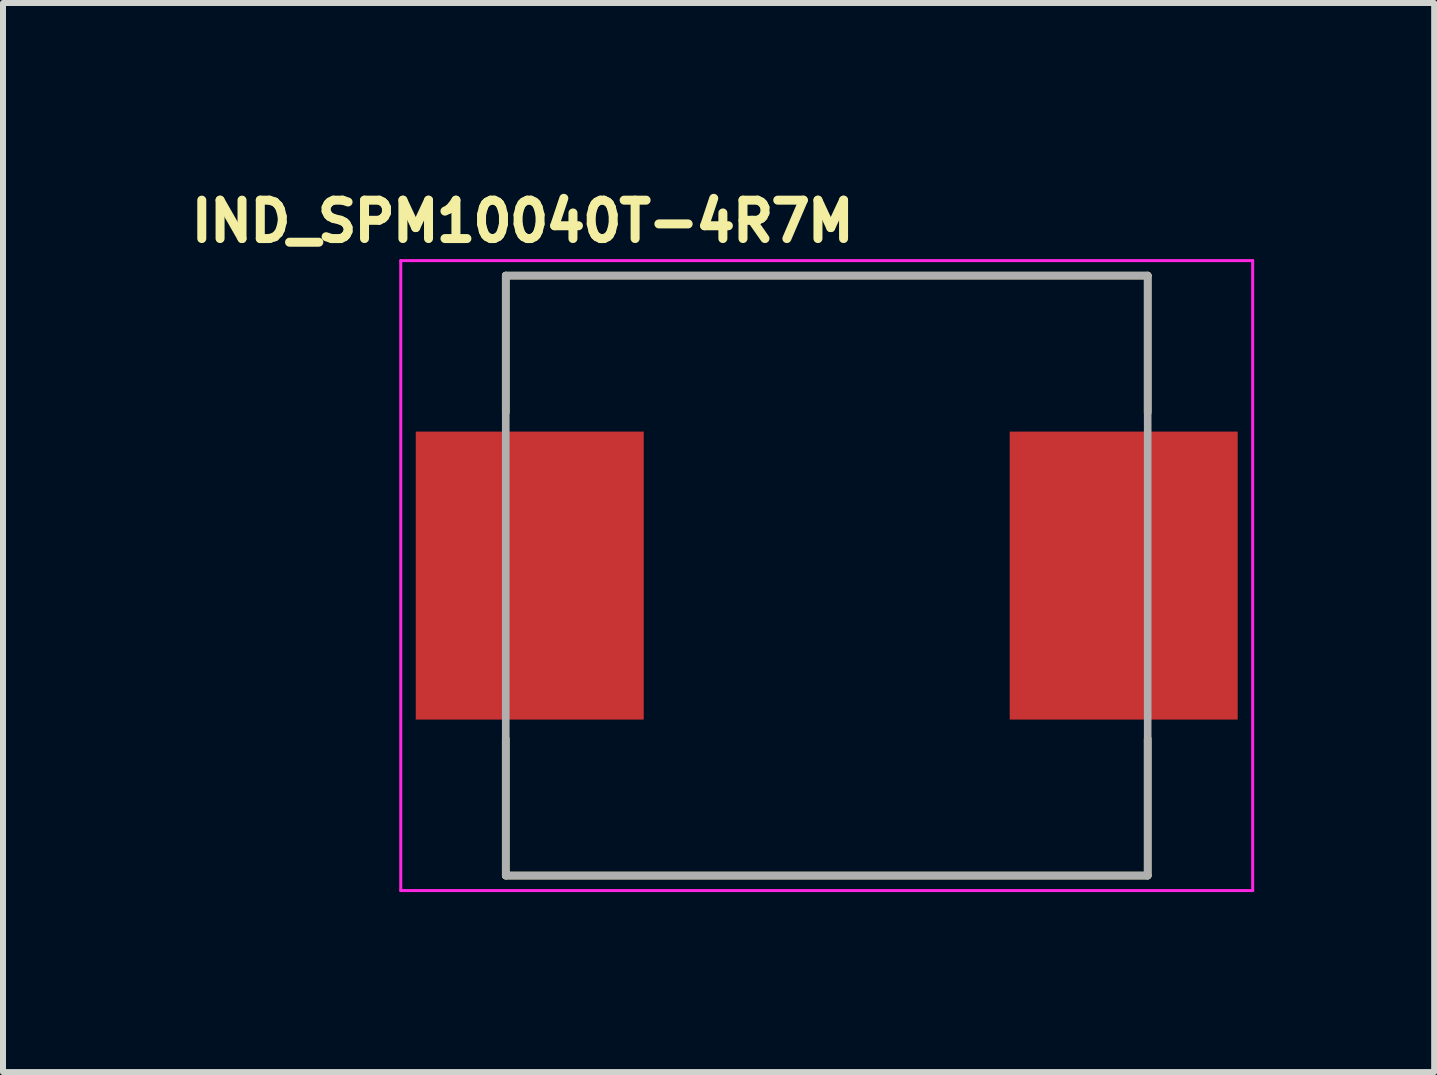
<source format=kicad_pcb>
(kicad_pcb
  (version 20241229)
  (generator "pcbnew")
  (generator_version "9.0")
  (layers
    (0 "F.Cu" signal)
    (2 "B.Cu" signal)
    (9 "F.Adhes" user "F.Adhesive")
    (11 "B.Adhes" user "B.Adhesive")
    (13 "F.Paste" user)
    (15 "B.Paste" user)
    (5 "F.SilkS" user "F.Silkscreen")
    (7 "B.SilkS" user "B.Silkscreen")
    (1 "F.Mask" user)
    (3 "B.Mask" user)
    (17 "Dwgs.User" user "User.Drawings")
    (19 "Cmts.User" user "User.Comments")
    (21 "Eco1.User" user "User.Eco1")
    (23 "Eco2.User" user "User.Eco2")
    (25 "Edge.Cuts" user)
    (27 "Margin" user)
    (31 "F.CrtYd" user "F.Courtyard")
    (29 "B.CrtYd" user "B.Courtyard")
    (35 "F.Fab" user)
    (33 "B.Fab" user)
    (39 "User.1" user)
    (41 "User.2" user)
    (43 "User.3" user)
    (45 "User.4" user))
  (footprint "IND_SPM10040T-4R7M"
    (layer "F.Cu")
    (at 10.73 6.544)
    (property "Reference" "IND_SPM10040T-4R7M" (at -5.068 -5.906 0) (layer "F.SilkS") (effects (font (size 0.64 0.64) (thickness 0.15))))
    (attr smd)
    (fp_line (start -5.35 -5) (end -5.35 -2.72) (stroke (width 0.127) (type solid)) (layer "F.SilkS"))
    (fp_line (start -5.35 -5) (end 5.35 -5) (stroke (width 0.127) (type solid)) (layer "F.SilkS"))
    (fp_line (start -5.35 5) (end -5.35 2.72) (stroke (width 0.127) (type solid)) (layer "F.SilkS"))
    (fp_line (start -5.35 5) (end 5.35 5) (stroke (width 0.127) (type solid)) (layer "F.SilkS"))
    (fp_line (start 5.35 -5) (end 5.35 -2.72) (stroke (width 0.127) (type solid)) (layer "F.SilkS"))
    (fp_line (start 5.35 5) (end 5.35 2.72) (stroke (width 0.127) (type solid)) (layer "F.SilkS"))
    (fp_line (start -7.1 -5.25) (end -7.1 5.25) (stroke (width 0.05) (type solid)) (layer "F.CrtYd"))
    (fp_line (start -7.1 5.25) (end 7.1 5.25) (stroke (width 0.05) (type solid)) (layer "F.CrtYd"))
    (fp_line (start 7.1 -5.25) (end -7.1 -5.25) (stroke (width 0.05) (type solid)) (layer "F.CrtYd"))
    (fp_line (start 7.1 5.25) (end 7.1 -5.25) (stroke (width 0.05) (type solid)) (layer "F.CrtYd"))
    (fp_line (start -5.35 -5) (end -5.35 5) (stroke (width 0.127) (type solid)) (layer "F.Fab"))
    (fp_line (start -5.35 -5) (end 5.35 -5) (stroke (width 0.127) (type solid)) (layer "F.Fab"))
    (fp_line (start -5.35 5) (end 5.35 5) (stroke (width 0.127) (type solid)) (layer "F.Fab"))
    (fp_line (start 5.35 -5) (end 5.35 5) (stroke (width 0.127) (type solid)) (layer "F.Fab"))
    (pad "1" smd rect (at -4.95 0) (size 3.8 4.8) (layers "F.Cu" "F.Mask" "F.Paste"))
    (pad "2" smd rect (at 4.95 0) (size 3.8 4.8) (layers "F.Cu" "F.Mask" "F.Paste")))
  (gr_rect
    (start -3 -3)
    (end 20.855 14.819)
    (stroke (width 0.1) (type default))
    (fill no)
    (layer "Edge.Cuts")))
</source>
